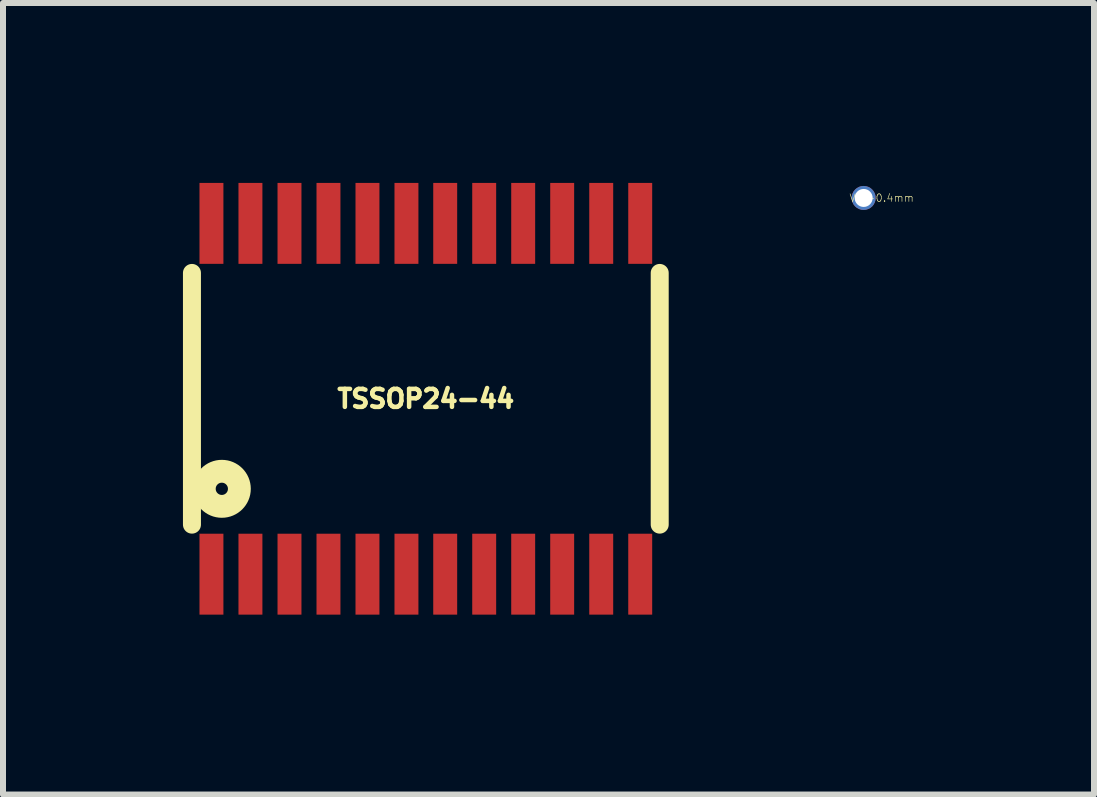
<source format=kicad_pcb>
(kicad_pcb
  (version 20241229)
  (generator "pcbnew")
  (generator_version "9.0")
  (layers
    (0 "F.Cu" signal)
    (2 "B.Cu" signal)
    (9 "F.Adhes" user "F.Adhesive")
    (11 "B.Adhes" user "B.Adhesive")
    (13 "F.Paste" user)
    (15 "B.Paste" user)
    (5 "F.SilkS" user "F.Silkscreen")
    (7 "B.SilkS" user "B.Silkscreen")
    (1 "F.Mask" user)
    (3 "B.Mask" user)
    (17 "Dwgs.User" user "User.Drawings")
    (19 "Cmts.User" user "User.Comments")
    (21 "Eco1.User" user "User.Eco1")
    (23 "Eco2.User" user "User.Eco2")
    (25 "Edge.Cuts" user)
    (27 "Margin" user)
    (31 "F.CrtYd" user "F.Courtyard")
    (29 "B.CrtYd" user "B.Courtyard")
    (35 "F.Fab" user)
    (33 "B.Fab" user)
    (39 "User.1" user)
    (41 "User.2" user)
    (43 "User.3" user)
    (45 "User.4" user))
  (footprint "TSSOP24-44"
    (layer "F.Cu")
    (at 4.049 3.598)
    (property "Reference" "TSSOP24-44" (at 0 0 0) (layer "F.SilkS") (effects (font (size 0.3 0.3) (thickness 0.076))))
    (attr smd)
    (fp_line (start -3.899 -2.098) (end -3.899 2.098) (stroke (width 0.3) (type solid)) (layer "F.SilkS"))
    (fp_line (start 3.899 -2.098) (end 3.899 2.098) (stroke (width 0.3) (type solid)) (layer "F.SilkS"))
    (fp_circle (center -3.401 1.501) (end -3.299 1.501) (stroke (width 0.381) (type solid)) (fill no) (layer "F.SilkS"))
    (pad "1" smd rect (at -3.574 2.924 180) (size 0.399 1.349) (layers "F.Cu" "F.Mask" "F.Paste"))
    (pad "2" smd rect (at -2.924 2.924 180) (size 0.399 1.349) (layers "F.Cu" "F.Mask" "F.Paste"))
    (pad "3" smd rect (at -2.273 2.924 180) (size 0.399 1.349) (layers "F.Cu" "F.Mask" "F.Paste"))
    (pad "4" smd rect (at -1.623 2.924 180) (size 0.399 1.349) (layers "F.Cu" "F.Mask" "F.Paste"))
    (pad "5" smd rect (at -0.973 2.924 180) (size 0.399 1.349) (layers "F.Cu" "F.Mask" "F.Paste"))
    (pad "6" smd rect (at -0.323 2.924 180) (size 0.399 1.349) (layers "F.Cu" "F.Mask" "F.Paste"))
    (pad "7" smd rect (at 0.323 2.924 180) (size 0.399 1.349) (layers "F.Cu" "F.Mask" "F.Paste"))
    (pad "8" smd rect (at 0.973 2.924 180) (size 0.399 1.349) (layers "F.Cu" "F.Mask" "F.Paste"))
    (pad "9" smd rect (at 1.623 2.924 180) (size 0.399 1.349) (layers "F.Cu" "F.Mask" "F.Paste"))
    (pad "10" smd rect (at 2.273 2.924 180) (size 0.399 1.349) (layers "F.Cu" "F.Mask" "F.Paste"))
    (pad "11" smd rect (at 2.924 2.924 180) (size 0.399 1.349) (layers "F.Cu" "F.Mask" "F.Paste"))
    (pad "12" smd rect (at 3.574 2.924 180) (size 0.399 1.349) (layers "F.Cu" "F.Mask" "F.Paste"))
    (pad "13" smd rect (at 3.574 -2.924) (size 0.399 1.349) (layers "F.Cu" "F.Mask" "F.Paste"))
    (pad "14" smd rect (at 2.924 -2.924) (size 0.399 1.349) (layers "F.Cu" "F.Mask" "F.Paste"))
    (pad "15" smd rect (at 2.273 -2.924) (size 0.399 1.349) (layers "F.Cu" "F.Mask" "F.Paste"))
    (pad "16" smd rect (at 1.623 -2.924) (size 0.399 1.349) (layers "F.Cu" "F.Mask" "F.Paste"))
    (pad "17" smd rect (at 0.973 -2.924) (size 0.399 1.349) (layers "F.Cu" "F.Mask" "F.Paste"))
    (pad "18" smd rect (at 0.323 -2.924) (size 0.399 1.349) (layers "F.Cu" "F.Mask" "F.Paste"))
    (pad "19" smd rect (at -0.323 -2.924) (size 0.399 1.349) (layers "F.Cu" "F.Mask" "F.Paste"))
    (pad "20" smd rect (at -0.973 -2.924) (size 0.399 1.349) (layers "F.Cu" "F.Mask" "F.Paste"))
    (pad "21" smd rect (at -1.623 -2.924) (size 0.399 1.349) (layers "F.Cu" "F.Mask" "F.Paste"))
    (pad "22" smd rect (at -2.273 -2.924) (size 0.399 1.349) (layers "F.Cu" "F.Mask" "F.Paste"))
    (pad "23" smd rect (at -2.924 -2.924) (size 0.399 1.349) (layers "F.Cu" "F.Mask" "F.Paste"))
    (pad "24" smd rect (at -3.574 -2.924) (size 0.399 1.349) (layers "F.Cu" "F.Mask" "F.Paste")))
  (footprint "VIA-0.4mm"
    (layer "F.Cu")
    (at 11.348 0.25)
    (property "Reference" "VIA-0.4mm" (at 0.3 0 0) (layer "F.SilkS") (effects (font (size 0.127 0.127) (thickness 0.01))))
    (attr through_hole)
    (pad "1" thru_hole circle (at 0 0) (size 0.4 0.4) (drill 0.3) (layers "*.Cu")))
  (gr_rect
    (start -3 -3)
    (end 15.188 10.196)
    (stroke (width 0.1) (type default))
    (fill no)
    (layer "Edge.Cuts")))
</source>
